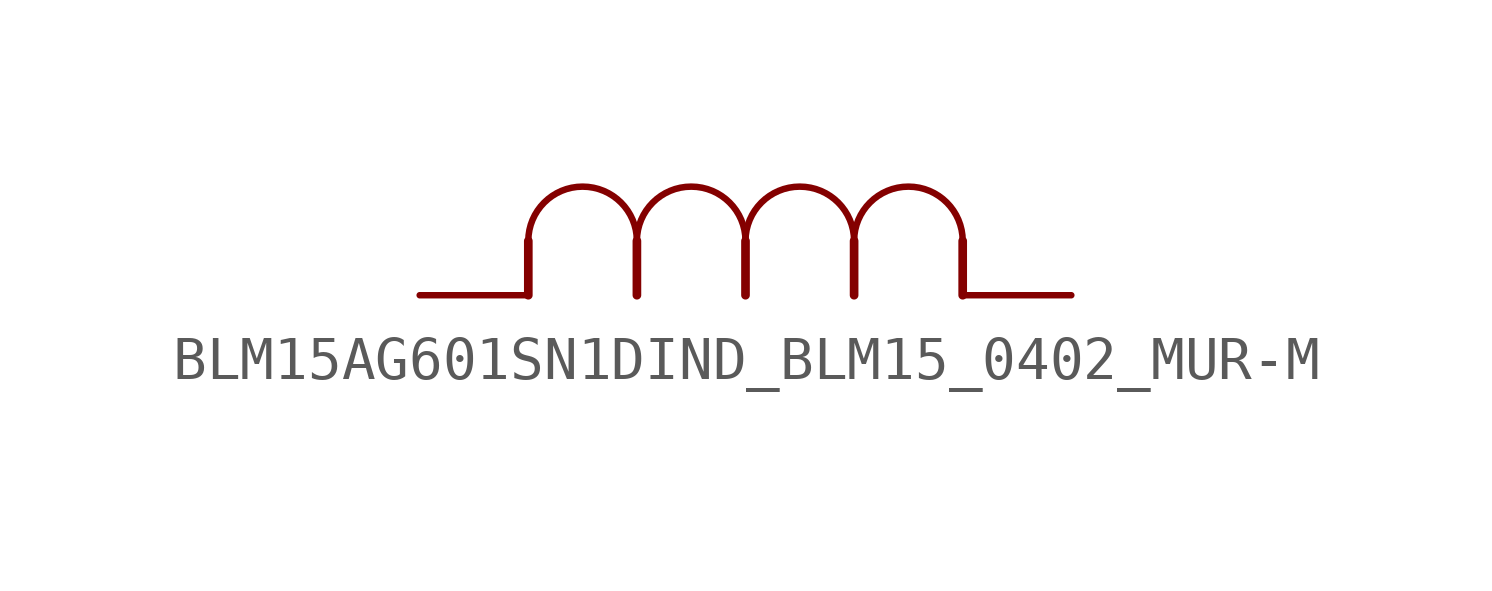
<source format=kicad_sym>
(kicad_symbol_lib
  (version 20220914)
  (generator kicad_symbol_editor)
  (symbol "BLM15AG601SN1DIND_BLM15_0402_MUR-M"
    (property "Reference" "L"
      (at -0.914 3.353 0)
      (effects (font (size 3.48 2.958)) (justify left bottom) hide))
    (property "ki_locked" ""
      (at 0 0 0)
      (effects (font (size 1.27 1.27))))
    (symbol "BLM15AG601SN1DIND_BLM15_0402_MUR-M_1_0"
      (polyline (pts (xy 2.54 0) (xy 2.54 1.27)) (stroke (width 0.203) (type solid)) (fill (type none)))
      (polyline (pts (xy 5.08 0) (xy 5.08 1.27)) (stroke (width 0.203) (type solid)) (fill (type none)))
      (polyline (pts (xy 7.62 0) (xy 7.62 1.27)) (stroke (width 0.203) (type solid)) (fill (type none)))
      (polyline (pts (xy 10.16 0) (xy 10.16 1.27)) (stroke (width 0.203) (type solid)) (fill (type none)))
      (polyline (pts (xy 12.7 0) (xy 12.7 1.27)) (stroke (width 0.203) (type solid)) (fill (type none)))
      (arc (start 5.08 1.27) (mid 3.81 2.54) (end 2.54 1.27) (stroke (width 0.1524) (type solid)) (fill (type none)))
      (arc (start 7.62 1.27) (mid 6.35 2.54) (end 5.08 1.27) (stroke (width 0.1524) (type solid)) (fill (type none)))
      (arc (start 10.16 1.27) (mid 8.89 2.54) (end 7.62 1.27) (stroke (width 0.1524) (type solid)) (fill (type none)))
      (arc (start 12.7 1.27) (mid 11.43 2.54) (end 10.16 1.27) (stroke (width 0.1524) (type solid)) (fill (type none)))
      (pin passive line (at 15.24 0 180) (length 2.54) (name "1" (effects (font (size 0 0)))) (number "1" (effects (font (size 0 0)))))
      (pin passive line (at 0 0 0) (length 2.54) (name "2" (effects (font (size 0 0)))) (number "2" (effects (font (size 0 0))))))))
</source>
